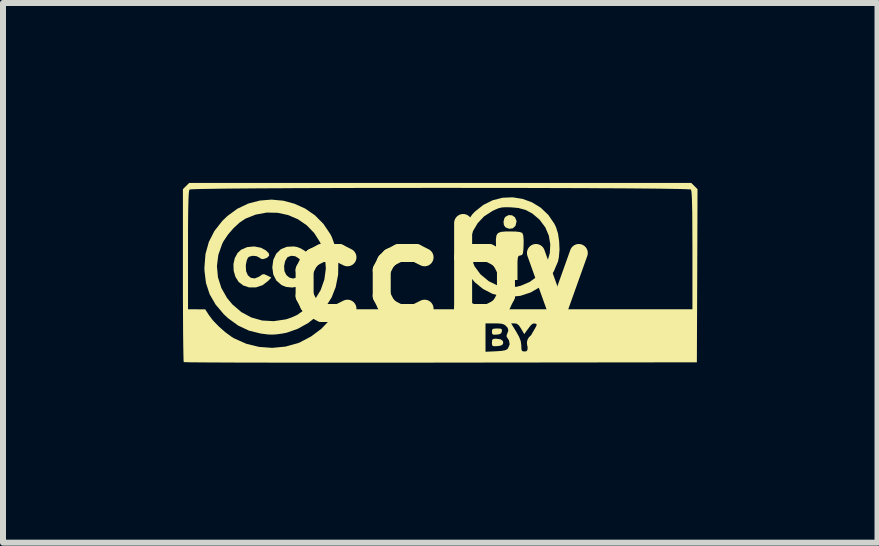
<source format=kicad_pcb>
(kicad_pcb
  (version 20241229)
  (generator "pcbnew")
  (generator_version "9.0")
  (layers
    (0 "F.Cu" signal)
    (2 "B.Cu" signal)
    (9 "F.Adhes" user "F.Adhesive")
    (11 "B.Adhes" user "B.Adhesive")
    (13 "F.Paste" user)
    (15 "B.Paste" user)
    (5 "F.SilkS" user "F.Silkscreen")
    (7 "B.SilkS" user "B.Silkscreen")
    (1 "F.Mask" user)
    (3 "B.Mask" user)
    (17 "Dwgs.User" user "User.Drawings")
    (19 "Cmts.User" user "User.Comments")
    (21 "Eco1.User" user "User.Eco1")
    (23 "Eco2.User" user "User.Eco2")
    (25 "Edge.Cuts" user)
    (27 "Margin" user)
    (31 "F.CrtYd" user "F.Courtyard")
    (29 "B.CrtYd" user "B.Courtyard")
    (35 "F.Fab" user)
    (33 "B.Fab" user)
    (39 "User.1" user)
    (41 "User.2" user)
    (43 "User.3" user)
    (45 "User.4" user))
  (footprint "ccby"
    (layer "F.Cu")
    (at 4.279 1.49)
    (property "Reference" "ccby" (at 0 0 0) (layer "F.SilkS") (effects (font (size 1.5 1.5) (thickness 0.3))))
    (attr board_only exclude_from_pos_files exclude_from_bom)
    (fp_poly (pts (xy 1.019 1.118) (xy 1.057 1.147) (xy 1.061 1.184) (xy 1.044 1.212) (xy 1 1.227) (xy 0.963 1.231) (xy 0.907 1.233) (xy 0.881 1.224) (xy 0.873 1.195) (xy 0.873 1.172) (xy 0.877 1.127) (xy 0.9 1.11) (xy 0.942 1.107)) (stroke (width 0) (type solid)) (fill yes) (layer "F.SilkS"))
    (fp_poly (pts (xy 1.209 -0.95) (xy 1.257 -0.917) (xy 1.282 -0.861) (xy 1.283 -0.845) (xy 1.266 -0.775) (xy 1.223 -0.734) (xy 1.162 -0.725) (xy 1.102 -0.747) (xy 1.073 -0.785) (xy 1.066 -0.842) (xy 1.08 -0.899) (xy 1.098 -0.925) (xy 1.152 -0.954)) (stroke (width 0) (type solid)) (fill yes) (layer "F.SilkS"))
    (fp_poly (pts (xy 1.015 0.939) (xy 1.038 0.951) (xy 1.04 0.979) (xy 1.039 0.985) (xy 1.026 1.018) (xy 0.989 1.035) (xy 0.953 1.039) (xy 0.9 1.041) (xy 0.878 1.028) (xy 0.873 0.995) (xy 0.873 0.991) (xy 0.877 0.956) (xy 0.898 0.941) (xy 0.948 0.937) (xy 0.96 0.937)) (stroke (width 0) (type solid)) (fill yes) (layer "F.SilkS"))
    (fp_poly (pts (xy 1.273 -0.679) (xy 1.34 -0.671) (xy 1.377 -0.657) (xy 1.382 -0.651) (xy 1.396 -0.611) (xy 1.402 -0.535) (xy 1.401 -0.454) (xy 1.397 -0.37) (xy 1.39 -0.32) (xy 1.379 -0.294) (xy 1.359 -0.283) (xy 1.347 -0.281) (xy 1.324 -0.275) (xy 1.31 -0.261) (xy 1.303 -0.229) (xy 1.299 -0.172) (xy 1.299 -0.082) (xy 1.299 -0.073) (xy 1.299 0.128) (xy 1.171 0.128) (xy 1.043 0.128) (xy 1.043 -0.073) (xy 1.043 -0.167) (xy 1.04 -0.226) (xy 1.032 -0.259) (xy 1.019 -0.274) (xy 0.997 -0.28) (xy 0.995 -0.281) (xy 0.97 -0.288) (xy 0.955 -0.307) (xy 0.947 -0.347) (xy 0.942 -0.418) (xy 0.941 -0.441) (xy 0.939 -0.545) (xy 0.948 -0.614) (xy 0.974 -0.654) (xy 1.025 -0.674) (xy 1.107 -0.681) (xy 1.169 -0.681)) (stroke (width 0) (type solid)) (fill yes) (layer "F.SilkS"))
    (fp_poly (pts (xy -2.98 -0.41) (xy -2.897 -0.366) (xy -2.848 -0.318) (xy -2.84 -0.278) (xy -2.874 -0.244) (xy -2.895 -0.234) (xy -2.945 -0.219) (xy -2.979 -0.226) (xy -2.999 -0.242) (xy -3.052 -0.269) (xy -3.117 -0.275) (xy -3.174 -0.26) (xy -3.194 -0.244) (xy -3.213 -0.204) (xy -3.227 -0.141) (xy -3.231 -0.111) (xy -3.226 -0.018) (xy -3.195 0.052) (xy -3.145 0.093) (xy -3.081 0.102) (xy -3.01 0.074) (xy -2.995 0.063) (xy -2.955 0.035) (xy -2.922 0.032) (xy -2.876 0.053) (xy -2.873 0.054) (xy -2.806 0.088) (xy -2.856 0.142) (xy -2.951 0.215) (xy -3.061 0.252) (xy -3.177 0.252) (xy -3.273 0.22) (xy -3.35 0.161) (xy -3.404 0.075) (xy -3.433 -0.026) (xy -3.437 -0.133) (xy -3.415 -0.235) (xy -3.368 -0.322) (xy -3.311 -0.375) (xy -3.207 -0.42) (xy -3.092 -0.431)) (stroke (width 0) (type solid)) (fill yes) (layer "F.SilkS"))
    (fp_poly (pts (xy -2.379 -0.422) (xy -2.32 -0.401) (xy -2.258 -0.365) (xy -2.205 -0.325) (xy -2.175 -0.289) (xy -2.172 -0.277) (xy -2.189 -0.26) (xy -2.232 -0.235) (xy -2.244 -0.229) (xy -2.293 -0.208) (xy -2.322 -0.208) (xy -2.349 -0.23) (xy -2.354 -0.236) (xy -2.408 -0.268) (xy -2.474 -0.275) (xy -2.532 -0.253) (xy -2.541 -0.245) (xy -2.575 -0.186) (xy -2.592 -0.105) (xy -2.587 -0.022) (xy -2.587 -0.021) (xy -2.555 0.046) (xy -2.503 0.089) (xy -2.441 0.104) (xy -2.379 0.086) (xy -2.353 0.064) (xy -2.309 0.028) (xy -2.267 0.027) (xy -2.219 0.054) (xy -2.188 0.081) (xy -2.188 0.108) (xy -2.205 0.138) (xy -2.268 0.199) (xy -2.357 0.238) (xy -2.458 0.254) (xy -2.559 0.244) (xy -2.635 0.213) (xy -2.721 0.138) (xy -2.772 0.039) (xy -2.789 -0.082) (xy -2.772 -0.209) (xy -2.723 -0.311) (xy -2.647 -0.384) (xy -2.548 -0.425) (xy -2.43 -0.431)) (stroke (width 0) (type solid)) (fill yes) (layer "F.SilkS"))
    (fp_poly (pts (xy 1.384 -1.224) (xy 1.542 -1.166) (xy 1.687 -1.077) (xy 1.813 -0.957) (xy 1.914 -0.809) (xy 1.941 -0.754) (xy 1.975 -0.647) (xy 1.994 -0.515) (xy 2 -0.377) (xy 1.989 -0.248) (xy 1.974 -0.178) (xy 1.903 -0.012) (xy 1.8 0.132) (xy 1.67 0.249) (xy 1.517 0.337) (xy 1.349 0.392) (xy 1.169 0.411) (xy 1.053 0.404) (xy 0.884 0.36) (xy 0.726 0.279) (xy 0.586 0.165) (xy 0.478 0.034) (xy 0.395 -0.127) (xy 0.35 -0.299) (xy 0.347 -0.394) (xy 0.502 -0.394) (xy 0.525 -0.244) (xy 0.583 -0.101) (xy 0.678 0.029) (xy 0.688 0.039) (xy 0.821 0.149) (xy 0.968 0.221) (xy 1.124 0.251) (xy 1.286 0.241) (xy 1.354 0.224) (xy 1.504 0.16) (xy 1.629 0.068) (xy 1.727 -0.047) (xy 1.797 -0.178) (xy 1.838 -0.32) (xy 1.846 -0.466) (xy 1.822 -0.611) (xy 1.763 -0.749) (xy 1.669 -0.875) (xy 1.654 -0.889) (xy 1.546 -0.98) (xy 1.437 -1.039) (xy 1.314 -1.072) (xy 1.196 -1.083) (xy 1.104 -1.085) (xy 1.038 -1.081) (xy 0.981 -1.067) (xy 0.918 -1.04) (xy 0.883 -1.023) (xy 0.744 -0.934) (xy 0.636 -0.82) (xy 0.558 -0.688) (xy 0.513 -0.544) (xy 0.502 -0.394) (xy 0.347 -0.394) (xy 0.344 -0.475) (xy 0.374 -0.649) (xy 0.441 -0.814) (xy 0.544 -0.964) (xy 0.587 -1.01) (xy 0.729 -1.123) (xy 0.885 -1.201) (xy 1.05 -1.243) (xy 1.218 -1.25)) (stroke (width 0) (type solid)) (fill yes) (layer "F.SilkS"))
    (fp_poly (pts (xy -2.608 -1.194) (xy -2.419 -1.143) (xy -2.24 -1.062) (xy -2.078 -0.95) (xy -1.937 -0.808) (xy -1.823 -0.639) (xy -1.796 -0.587) (xy -1.723 -0.385) (xy -1.688 -0.174) (xy -1.691 0.039) (xy -1.732 0.247) (xy -1.799 0.418) (xy -1.899 0.577) (xy -2.033 0.722) (xy -2.191 0.846) (xy -2.366 0.943) (xy -2.548 1.007) (xy -2.619 1.021) (xy -2.711 1.034) (xy -2.784 1.039) (xy -2.856 1.037) (xy -2.946 1.026) (xy -2.983 1.021) (xy -3.177 0.973) (xy -3.357 0.889) (xy -3.525 0.767) (xy -3.597 0.7) (xy -3.735 0.537) (xy -3.834 0.365) (xy -3.895 0.178) (xy -3.92 -0.03) (xy -3.921 -0.084) (xy -3.919 -0.103) (xy -3.712 -0.103) (xy -3.695 0.083) (xy -3.638 0.262) (xy -3.543 0.429) (xy -3.455 0.535) (xy -3.306 0.663) (xy -3.139 0.753) (xy -2.958 0.804) (xy -2.766 0.815) (xy -2.564 0.785) (xy -2.556 0.783) (xy -2.475 0.756) (xy -2.391 0.719) (xy -2.37 0.708) (xy -2.21 0.595) (xy -2.08 0.457) (xy -1.983 0.297) (xy -1.921 0.121) (xy -1.896 -0.064) (xy -1.911 -0.256) (xy -1.925 -0.319) (xy -1.991 -0.498) (xy -2.089 -0.653) (xy -2.214 -0.783) (xy -2.361 -0.884) (xy -2.524 -0.954) (xy -2.699 -0.992) (xy -2.881 -0.996) (xy -3.065 -0.962) (xy -3.237 -0.894) (xy -3.333 -0.83) (xy -3.433 -0.738) (xy -3.526 -0.631) (xy -3.601 -0.52) (xy -3.624 -0.475) (xy -3.689 -0.29) (xy -3.712 -0.103) (xy -3.919 -0.103) (xy -3.903 -0.305) (xy -3.847 -0.506) (xy -3.754 -0.689) (xy -3.622 -0.857) (xy -3.538 -0.938) (xy -3.371 -1.06) (xy -3.19 -1.146) (xy -2.998 -1.196) (xy -2.803 -1.212)) (stroke (width 0) (type solid)) (fill yes) (layer "F.SilkS"))
    (fp_poly (pts (xy 4.249 -1.438) (xy 4.301 -1.386) (xy 4.296 0.058) (xy 4.29 1.501) (xy 0.02 1.506) (xy -0.404 1.507) (xy -0.816 1.507) (xy -1.214 1.507) (xy -1.598 1.507) (xy -1.964 1.507) (xy -2.31 1.507) (xy -2.635 1.507) (xy -2.936 1.506) (xy -3.212 1.506) (xy -3.461 1.505) (xy -3.68 1.504) (xy -3.867 1.503) (xy -4.021 1.502) (xy -4.139 1.501) (xy -4.219 1.499) (xy -4.26 1.498) (xy -4.265 1.498) (xy -4.268 1.474) (xy -4.27 1.412) (xy -4.272 1.314) (xy -4.274 1.185) (xy -4.276 1.026) (xy -4.277 0.843) (xy -4.278 0.638) (xy -4.278 0.617) (xy -4.194 0.617) (xy -4.051 0.617) (xy -3.907 0.618) (xy -3.847 0.712) (xy -3.778 0.803) (xy -3.683 0.901) (xy -3.576 0.996) (xy -3.469 1.075) (xy -3.424 1.102) (xy -3.224 1.191) (xy -3.01 1.244) (xy -2.789 1.26) (xy -2.569 1.239) (xy -2.36 1.181) (xy -2.33 1.169) (xy -2.144 1.071) (xy -1.972 0.943) (xy -1.885 0.852) (xy 0.766 0.852) (xy 0.766 1.088) (xy 0.766 1.325) (xy 0.939 1.317) (xy 1.03 1.311) (xy 1.088 1.301) (xy 1.123 1.286) (xy 1.141 1.268) (xy 1.169 1.2) (xy 1.157 1.134) (xy 1.137 1.105) (xy 1.115 1.065) (xy 1.127 1.025) (xy 1.147 0.971) (xy 1.136 0.928) (xy 1.107 0.894) (xy 1.075 0.87) (xy 1.029 0.857) (xy 0.959 0.852) (xy 0.916 0.852) (xy 1.193 0.852) (xy 1.278 0.99) (xy 1.327 1.078) (xy 1.353 1.147) (xy 1.362 1.212) (xy 1.363 1.225) (xy 1.365 1.284) (xy 1.376 1.311) (xy 1.402 1.32) (xy 1.416 1.32) (xy 1.449 1.316) (xy 1.465 1.295) (xy 1.469 1.246) (xy 1.469 1.23) (xy 1.477 1.162) (xy 1.505 1.087) (xy 1.553 1.001) (xy 1.594 0.931) (xy 1.616 0.889) (xy 1.618 0.867) (xy 1.605 0.858) (xy 1.591 0.855) (xy 1.564 0.854) (xy 1.54 0.866) (xy 1.51 0.897) (xy 1.467 0.954) (xy 1.446 0.983) (xy 1.412 1.031) (xy 1.36 0.941) (xy 1.322 0.884) (xy 1.285 0.857) (xy 1.251 0.852) (xy 1.193 0.852) (xy 0.916 0.852) (xy 0.766 0.852) (xy -1.885 0.852) (xy -1.828 0.792) (xy -1.8 0.756) (xy -1.698 0.617) (xy 1.259 0.617) (xy 4.216 0.617) (xy 4.216 -0.368) (xy 4.215 -0.616) (xy 4.214 -0.823) (xy 4.213 -0.993) (xy 4.21 -1.128) (xy 4.207 -1.232) (xy 4.203 -1.306) (xy 4.198 -1.354) (xy 4.192 -1.377) (xy 4.19 -1.38) (xy 4.166 -1.383) (xy 4.102 -1.386) (xy 4 -1.389) (xy 3.863 -1.391) (xy 3.693 -1.394) (xy 3.494 -1.396) (xy 3.267 -1.398) (xy 3.014 -1.4) (xy 2.74 -1.401) (xy 2.445 -1.403) (xy 2.132 -1.404) (xy 1.804 -1.405) (xy 1.464 -1.406) (xy 1.114 -1.407) (xy 0.756 -1.407) (xy 0.393 -1.407) (xy 0.027 -1.408) (xy -0.339 -1.407) (xy -0.702 -1.407) (xy -1.061 -1.407) (xy -1.412 -1.406) (xy -1.753 -1.405) (xy -2.082 -1.404) (xy -2.396 -1.403) (xy -2.693 -1.401) (xy -2.969 -1.4) (xy -3.224 -1.398) (xy -3.453 -1.396) (xy -3.655 -1.394) (xy -3.828 -1.391) (xy -3.968 -1.389) (xy -4.073 -1.386) (xy -4.14 -1.383) (xy -4.168 -1.38) (xy -4.169 -1.38) (xy -4.175 -1.362) (xy -4.181 -1.321) (xy -4.185 -1.254) (xy -4.188 -1.158) (xy -4.191 -1.032) (xy -4.193 -0.871) (xy -4.194 -0.674) (xy -4.194 -0.437) (xy -4.194 -0.368) (xy -4.194 0.617) (xy -4.278 0.617) (xy -4.279 0.415) (xy -4.279 0.178) (xy -4.279 0.049) (xy -4.279 -1.386) (xy -4.227 -1.438) (xy -4.175 -1.49) (xy 0.011 -1.49) (xy 4.196 -1.49)) (stroke (width 0) (type solid)) (fill yes) (layer "F.SilkS")))
  (gr_rect
    (start -3 -3)
    (end 11.581 5.998)
    (stroke (width 0.1) (type default))
    (fill no)
    (layer "Edge.Cuts")))
</source>
